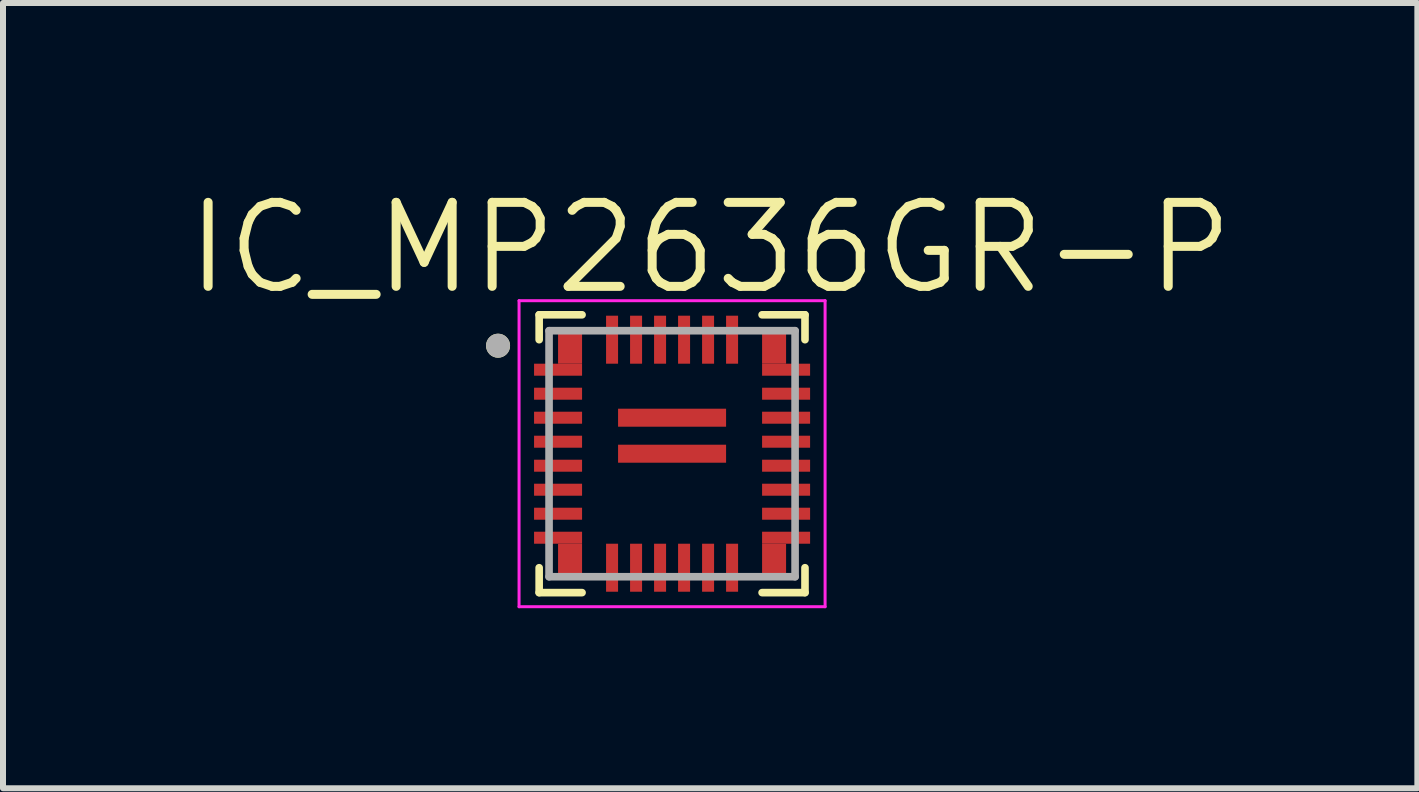
<source format=kicad_pcb>
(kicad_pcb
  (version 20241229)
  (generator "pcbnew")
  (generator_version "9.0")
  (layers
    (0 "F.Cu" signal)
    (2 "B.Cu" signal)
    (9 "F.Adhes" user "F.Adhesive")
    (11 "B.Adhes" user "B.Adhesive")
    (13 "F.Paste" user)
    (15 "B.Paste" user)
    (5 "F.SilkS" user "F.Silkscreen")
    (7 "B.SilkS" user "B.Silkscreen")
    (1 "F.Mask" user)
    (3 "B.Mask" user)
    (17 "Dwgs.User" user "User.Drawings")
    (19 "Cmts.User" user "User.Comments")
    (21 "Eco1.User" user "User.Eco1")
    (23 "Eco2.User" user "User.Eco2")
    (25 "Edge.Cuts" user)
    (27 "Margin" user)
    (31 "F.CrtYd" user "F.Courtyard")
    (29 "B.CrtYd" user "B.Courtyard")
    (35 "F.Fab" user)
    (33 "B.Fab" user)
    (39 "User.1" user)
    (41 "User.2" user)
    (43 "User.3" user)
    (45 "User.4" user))
  (footprint "IC_MP2636GR-P"
    (layer "F.Cu")
    (at 8.15 4.511)
    (property "Reference" "IC_MP2636GR-P" (at 0.635 -3.429 0) (layer "F.SilkS") (effects (font (size 1.4 1.4) (thickness 0.15))))
    (attr through_hole)
    (fp_line (start -2.215 -2.315) (end -1.5 -2.315) (stroke (width 0.127) (type solid)) (layer "F.SilkS"))
    (fp_line (start -2.215 -1.9) (end -2.215 -2.315) (stroke (width 0.127) (type solid)) (layer "F.SilkS"))
    (fp_line (start -2.215 1.9) (end -2.215 2.315) (stroke (width 0.127) (type solid)) (layer "F.SilkS"))
    (fp_line (start -2.215 2.315) (end -1.5 2.315) (stroke (width 0.127) (type solid)) (layer "F.SilkS"))
    (fp_line (start 2.215 -2.315) (end 1.5 -2.315) (stroke (width 0.127) (type solid)) (layer "F.SilkS"))
    (fp_line (start 2.215 -1.9) (end 2.215 -2.315) (stroke (width 0.127) (type solid)) (layer "F.SilkS"))
    (fp_line (start 2.215 1.9) (end 2.215 2.315) (stroke (width 0.127) (type solid)) (layer "F.SilkS"))
    (fp_line (start 2.215 2.315) (end 1.5 2.315) (stroke (width 0.127) (type solid)) (layer "F.SilkS"))
    (fp_circle (center -2.9 -1.8) (end -2.8 -1.8) (stroke (width 0.2) (type solid)) (fill no) (layer "F.SilkS"))
    (fp_line (start -2.55 -2.55) (end 2.55 -2.55) (stroke (width 0.05) (type solid)) (layer "F.CrtYd"))
    (fp_line (start -2.55 2.55) (end -2.55 -2.55) (stroke (width 0.05) (type solid)) (layer "F.CrtYd"))
    (fp_line (start 2.55 -2.55) (end 2.55 2.55) (stroke (width 0.05) (type solid)) (layer "F.CrtYd"))
    (fp_line (start 2.55 2.55) (end -2.55 2.55) (stroke (width 0.05) (type solid)) (layer "F.CrtYd"))
    (fp_line (start -2.05 -2.05) (end 2.05 -2.05) (stroke (width 0.127) (type solid)) (layer "F.Fab"))
    (fp_line (start -2.05 2.05) (end -2.05 -2.05) (stroke (width 0.127) (type solid)) (layer "F.Fab"))
    (fp_line (start 2.05 -2.05) (end 2.05 2.05) (stroke (width 0.127) (type solid)) (layer "F.Fab"))
    (fp_line (start 2.05 2.05) (end -2.05 2.05) (stroke (width 0.127) (type solid)) (layer "F.Fab"))
    (fp_circle (center -2.9 -1.8) (end -2.8 -1.8) (stroke (width 0.2) (type solid)) (fill no) (layer "F.Fab"))
    (pad "1" smd rect (at -1.9 -1.4) (size 0.8 0.2) (layers "F.Cu" "F.Mask" "F.Paste"))
    (pad "1_1" smd rect (at -1.7 -1.75) (size 0.4 0.5) (layers "F.Cu" "F.Mask" "F.Paste"))
    (pad "2" smd rect (at -1.9 -1) (size 0.8 0.2) (layers "F.Cu" "F.Mask" "F.Paste"))
    (pad "3" smd rect (at -1.9 -0.6) (size 0.8 0.2) (layers "F.Cu" "F.Mask" "F.Paste"))
    (pad "4" smd rect (at -1.9 -0.2) (size 0.8 0.2) (layers "F.Cu" "F.Mask" "F.Paste"))
    (pad "5" smd rect (at -1.9 0.2) (size 0.8 0.2) (layers "F.Cu" "F.Mask" "F.Paste"))
    (pad "6" smd rect (at -1.9 0.6) (size 0.8 0.2) (layers "F.Cu" "F.Mask" "F.Paste"))
    (pad "7" smd rect (at -1.9 1) (size 0.8 0.2) (layers "F.Cu" "F.Mask" "F.Paste"))
    (pad "8" smd rect (at -1.9 1.4) (size 0.8 0.2) (layers "F.Cu" "F.Mask" "F.Paste"))
    (pad "8_1" smd rect (at -1.7 1.75) (size 0.4 0.5) (layers "F.Cu" "F.Mask" "F.Paste"))
    (pad "9" smd rect (at -1 1.9) (size 0.2 0.8) (layers "F.Cu" "F.Mask" "F.Paste"))
    (pad "10" smd rect (at -0.6 1.9) (size 0.2 0.8) (layers "F.Cu" "F.Mask" "F.Paste"))
    (pad "11" smd rect (at -0.2 1.9) (size 0.2 0.8) (layers "F.Cu" "F.Mask" "F.Paste"))
    (pad "12" smd rect (at 0.2 1.9) (size 0.2 0.8) (layers "F.Cu" "F.Mask" "F.Paste"))
    (pad "13" smd rect (at 0.6 1.9) (size 0.2 0.8) (layers "F.Cu" "F.Mask" "F.Paste"))
    (pad "14" smd rect (at 1 1.9) (size 0.2 0.8) (layers "F.Cu" "F.Mask" "F.Paste"))
    (pad "15" smd rect (at 1.9 1.4) (size 0.8 0.2) (layers "F.Cu" "F.Mask" "F.Paste"))
    (pad "15_1" smd rect (at 1.7 1.75) (size 0.4 0.5) (layers "F.Cu" "F.Mask" "F.Paste"))
    (pad "16" smd rect (at 1.9 1) (size 0.8 0.2) (layers "F.Cu" "F.Mask" "F.Paste"))
    (pad "17" smd rect (at 1.9 0.6) (size 0.8 0.2) (layers "F.Cu" "F.Mask" "F.Paste"))
    (pad "18" smd rect (at 1.9 0.2) (size 0.8 0.2) (layers "F.Cu" "F.Mask" "F.Paste"))
    (pad "19" smd rect (at 1.9 -0.2) (size 0.8 0.2) (layers "F.Cu" "F.Mask" "F.Paste"))
    (pad "20" smd rect (at 1.9 -0.6) (size 0.8 0.2) (layers "F.Cu" "F.Mask" "F.Paste"))
    (pad "21" smd rect (at 1.9 -1) (size 0.8 0.2) (layers "F.Cu" "F.Mask" "F.Paste"))
    (pad "22" smd rect (at 1.9 -1.4) (size 0.8 0.2) (layers "F.Cu" "F.Mask" "F.Paste"))
    (pad "22_1" smd rect (at 1.7 -1.75) (size 0.4 0.5) (layers "F.Cu" "F.Mask" "F.Paste"))
    (pad "23" smd rect (at 1 -1.9) (size 0.2 0.8) (layers "F.Cu" "F.Mask" "F.Paste"))
    (pad "24" smd rect (at 0.6 -1.9) (size 0.2 0.8) (layers "F.Cu" "F.Mask" "F.Paste"))
    (pad "25" smd rect (at 0.2 -1.9) (size 0.2 0.8) (layers "F.Cu" "F.Mask" "F.Paste"))
    (pad "26" smd rect (at -0.2 -1.9) (size 0.2 0.8) (layers "F.Cu" "F.Mask" "F.Paste"))
    (pad "27" smd rect (at -0.6 -1.9) (size 0.2 0.8) (layers "F.Cu" "F.Mask" "F.Paste"))
    (pad "28" smd rect (at -1 -1.9) (size 0.2 0.8) (layers "F.Cu" "F.Mask" "F.Paste"))
    (pad "29" smd rect (at 0 -0.6) (size 1.8 0.3) (layers "F.Cu" "F.Mask" "F.Paste"))
    (pad "30" smd rect (at 0 0) (size 1.8 0.3) (layers "F.Cu" "F.Mask" "F.Paste")))
  (gr_rect
    (start -3 -3)
    (end 20.57 10.086)
    (stroke (width 0.1) (type default))
    (fill no)
    (layer "Edge.Cuts")))
</source>
